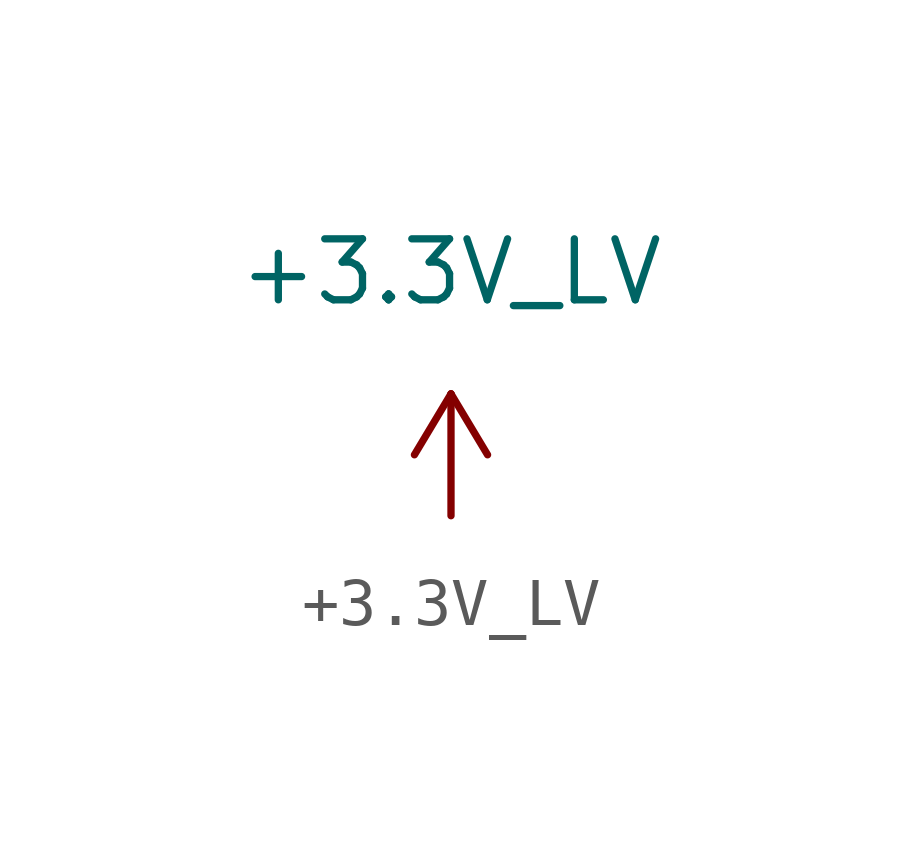
<source format=kicad_sym>
(kicad_symbol_lib
  (version 20220914)
  (generator kicad_symbol_editor)
  (symbol "+3.3V_LV"
    (power)
    (pin_numbers hide)
    (pin_names
      (offset 0))
    (property "Reference" "#PWR"
      (at 1.27 0 90)
      (effects (font (size 1.27 1.27)) hide))
    (property "Value" "+3.3V_LV"
      (at 0 5.08 0)
      (effects (font (size 1.27 1.27))))
    (symbol "+3.3V_LV_1_1"
      (polyline (pts (xy -0.762 1.27) (xy 0 2.54)) (stroke (width 0) (type default)) (fill (type none)))
      (polyline (pts (xy 0 0) (xy 0 2.54)) (stroke (width 0) (type default)) (fill (type none)))
      (polyline (pts (xy 0 2.54) (xy 0.762 1.27)) (stroke (width 0) (type default)) (fill (type none)))
      (pin power_in line (at 0 0 90) (length 0) hide (name "+3.3V_LV" (effects (font (size 1.27 1.27)))) (number "1" (effects (font (size 1.27 1.27))))))))
</source>
